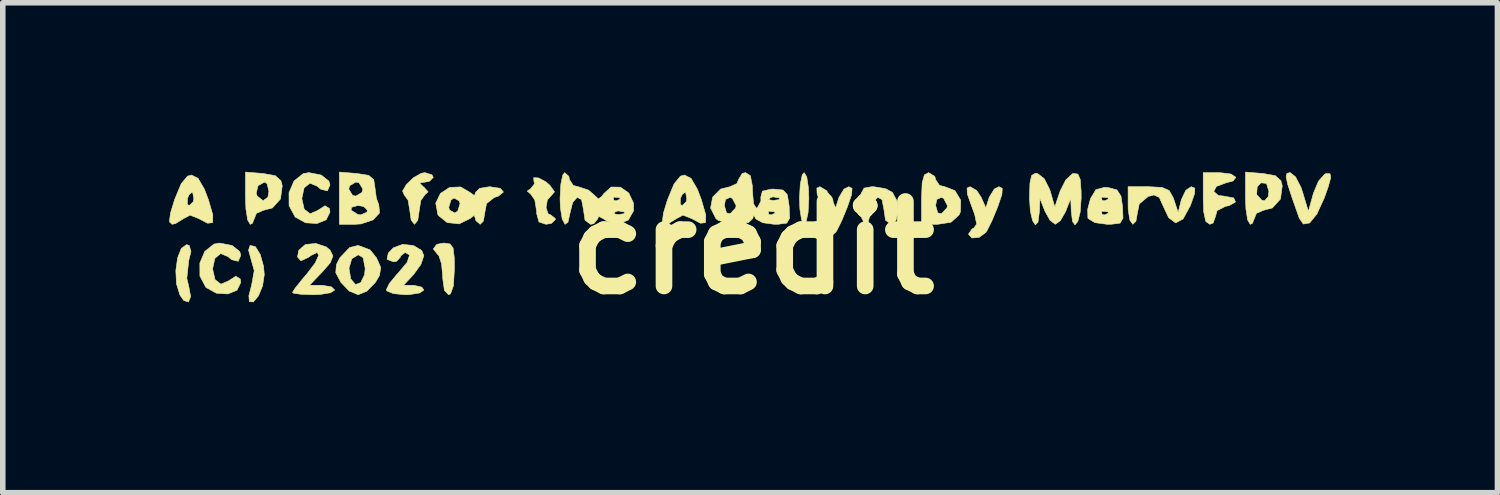
<source format=kicad_pcb>
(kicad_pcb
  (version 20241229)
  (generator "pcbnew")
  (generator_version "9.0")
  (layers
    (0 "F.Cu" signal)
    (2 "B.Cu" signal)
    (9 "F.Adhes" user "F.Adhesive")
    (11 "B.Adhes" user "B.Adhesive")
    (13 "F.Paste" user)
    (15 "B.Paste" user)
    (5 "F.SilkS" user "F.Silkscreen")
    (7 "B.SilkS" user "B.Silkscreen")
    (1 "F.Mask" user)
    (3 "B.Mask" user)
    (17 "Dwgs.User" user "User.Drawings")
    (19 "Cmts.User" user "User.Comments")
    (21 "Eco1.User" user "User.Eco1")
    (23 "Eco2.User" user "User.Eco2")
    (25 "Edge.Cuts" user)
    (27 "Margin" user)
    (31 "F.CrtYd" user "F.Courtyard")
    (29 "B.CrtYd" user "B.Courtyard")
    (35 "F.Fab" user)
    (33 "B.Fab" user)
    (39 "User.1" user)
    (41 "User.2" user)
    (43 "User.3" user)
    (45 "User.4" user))
  (footprint "credit"
    (layer "F.Cu")
    (at 10.521 1.418)
    (property "Reference" "credit" (at 0 0 0) (layer "F.SilkS") (effects (font (size 1.524 1.524) (thickness 0.3))))
    (attr through_hole)
    (fp_poly (pts (xy 0.978 -1.278) (xy 1.008 -1.081) (xy 1.016 -0.889) (xy 1.002 -0.634) (xy 0.966 -0.465) (xy 0.931 -0.423) (xy 0.885 -0.5) (xy 0.854 -0.697) (xy 0.847 -0.889) (xy 0.861 -1.144) (xy 0.896 -1.313) (xy 0.931 -1.355) (xy 0.978 -1.278)) (stroke (width 0.01) (type solid)) (fill yes) (layer "F.SilkS"))
    (fp_poly (pts (xy -10.159 -0.042) (xy -10.127 0.068) (xy -10.167 0.229) (xy -10.202 0.553) (xy -10.168 0.69) (xy -10.133 0.882) (xy -10.172 0.978) (xy -10.257 0.951) (xy -10.325 0.855) (xy -10.389 0.649) (xy -10.4 0.41) (xy -10.368 0.182) (xy -10.301 0.011) (xy -10.207 -0.056) (xy -10.159 -0.042)) (stroke (width 0.01) (type solid)) (fill yes) (layer "F.SilkS"))
    (fp_poly (pts (xy -8.966 -0.021) (xy -8.878 0.121) (xy -8.818 0.335) (xy -8.805 0.486) (xy -8.836 0.689) (xy -8.911 0.869) (xy -9.002 0.977) (xy -9.074 0.973) (xy -9.083 0.866) (xy -9.035 0.681) (xy -9.034 0.678) (xy -8.986 0.413) (xy -9.04 0.221) (xy -9.089 0.043) (xy -9.06 -0.042) (xy -8.966 -0.021)) (stroke (width 0.01) (type solid)) (fill yes) (layer "F.SilkS"))
    (fp_poly (pts (xy -5.457 -0.069) (xy -5.4 0.004) (xy -5.379 0.177) (xy -5.376 0.381) (xy -5.394 0.686) (xy -5.446 0.831) (xy -5.482 0.847) (xy -5.557 0.768) (xy -5.588 0.547) (xy -5.588 0.513) (xy -5.608 0.288) (xy -5.657 0.143) (xy -5.673 0.127) (xy -5.757 0.022) (xy -5.694 -0.062) (xy -5.567 -0.085) (xy -5.457 -0.069)) (stroke (width 0.01) (type solid)) (fill yes) (layer "F.SilkS"))
    (fp_poly (pts (xy 2.396 -1.066) (xy 2.523 -0.999) (xy 2.604 -0.846) (xy 2.624 -0.654) (xy 2.587 -0.491) (xy 2.498 -0.423) (xy 2.398 -0.497) (xy 2.371 -0.684) (xy 2.336 -0.868) (xy 2.257 -0.91) (xy 2.174 -0.816) (xy 2.132 -0.65) (xy 2.086 -0.465) (xy 2.024 -0.432) (xy 1.97 -0.535) (xy 1.947 -0.762) (xy 1.958 -0.979) (xy 2.012 -1.076) (xy 2.144 -1.1) (xy 2.184 -1.101) (xy 2.396 -1.066)) (stroke (width 0.01) (type solid)) (fill yes) (layer "F.SilkS"))
    (fp_poly (pts (xy 8.63 -1.329) (xy 8.717 -1.27) (xy 8.669 -1.206) (xy 8.537 -1.17) (xy 8.366 -1.106) (xy 8.318 -1.015) (xy 8.4 -0.944) (xy 8.502 -0.931) (xy 8.678 -0.898) (xy 8.71 -0.826) (xy 8.593 -0.759) (xy 8.53 -0.747) (xy 8.377 -0.669) (xy 8.351 -0.571) (xy 8.307 -0.447) (xy 8.246 -0.423) (xy 8.173 -0.476) (xy 8.136 -0.651) (xy 8.128 -0.889) (xy 8.128 -1.355) (xy 8.424 -1.355) (xy 8.63 -1.329)) (stroke (width 0.01) (type solid)) (fill yes) (layer "F.SilkS"))
    (fp_poly (pts (xy -5.781 -1.315) (xy -5.757 -1.27) (xy -5.827 -1.198) (xy -5.905 -1.184) (xy -6.004 -1.17) (xy -5.947 -1.108) (xy -5.927 -1.093) (xy -5.85 -1.008) (xy -5.905 -0.96) (xy -5.982 -0.853) (xy -6.011 -0.67) (xy -6.037 -0.495) (xy -6.096 -0.423) (xy -6.156 -0.497) (xy -6.181 -0.67) (xy -6.211 -0.857) (xy -6.279 -0.95) (xy -6.311 -1.021) (xy -6.243 -1.14) (xy -6.115 -1.263) (xy -5.97 -1.344) (xy -5.908 -1.355) (xy -5.781 -1.315)) (stroke (width 0.01) (type solid)) (fill yes) (layer "F.SilkS"))
    (fp_poly (pts (xy 9.792 -1.28) (xy 9.89 -1.091) (xy 9.919 -1.006) (xy 10.024 -0.656) (xy 10.116 -0.984) (xy 10.207 -1.202) (xy 10.319 -1.328) (xy 10.345 -1.337) (xy 10.415 -1.335) (xy 10.428 -1.266) (xy 10.382 -1.098) (xy 10.309 -0.894) (xy 10.177 -0.607) (xy 10.047 -0.447) (xy 9.933 -0.428) (xy 9.862 -0.529) (xy 9.731 -0.899) (xy 9.653 -1.139) (xy 9.623 -1.276) (xy 9.637 -1.339) (xy 9.687 -1.355) (xy 9.695 -1.355) (xy 9.792 -1.28)) (stroke (width 0.01) (type solid)) (fill yes) (layer "F.SilkS"))
    (fp_poly (pts (xy -3.859 -1.259) (xy -3.727 -1.189) (xy -3.657 -1.129) (xy -3.571 -1.009) (xy -3.62 -0.952) (xy -3.7 -0.863) (xy -3.723 -0.722) (xy -3.685 -0.611) (xy -3.641 -0.593) (xy -3.558 -0.528) (xy -3.556 -0.508) (xy -3.627 -0.439) (xy -3.725 -0.423) (xy -3.851 -0.465) (xy -3.893 -0.617) (xy -3.895 -0.67) (xy -3.927 -0.864) (xy -4 -0.967) (xy -4.063 -1.022) (xy -4 -1.066) (xy -3.931 -1.154) (xy -3.941 -1.193) (xy -3.947 -1.264) (xy -3.859 -1.259)) (stroke (width 0.01) (type solid)) (fill yes) (layer "F.SilkS"))
    (fp_poly (pts (xy 1.333 -1.032) (xy 1.414 -0.91) (xy 1.499 -0.72) (xy 1.56 -0.91) (xy 1.649 -1.058) (xy 1.735 -1.101) (xy 1.795 -1.071) (xy 1.787 -0.96) (xy 1.713 -0.741) (xy 1.613 -0.498) (xy 1.523 -0.314) (xy 1.498 -0.275) (xy 1.377 -0.188) (xy 1.248 -0.176) (xy 1.185 -0.244) (xy 1.185 -0.247) (xy 1.252 -0.342) (xy 1.286 -0.358) (xy 1.332 -0.429) (xy 1.297 -0.603) (xy 1.244 -0.746) (xy 1.165 -0.969) (xy 1.16 -1.076) (xy 1.215 -1.101) (xy 1.333 -1.032)) (stroke (width 0.01) (type solid)) (fill yes) (layer "F.SilkS"))
    (fp_poly (pts (xy 4.043 -1.032) (xy 4.123 -0.91) (xy 4.208 -0.72) (xy 4.269 -0.91) (xy 4.359 -1.058) (xy 4.444 -1.101) (xy 4.504 -1.071) (xy 4.497 -0.96) (xy 4.423 -0.741) (xy 4.323 -0.498) (xy 4.232 -0.314) (xy 4.207 -0.275) (xy 4.087 -0.188) (xy 3.957 -0.176) (xy 3.895 -0.244) (xy 3.895 -0.247) (xy 3.961 -0.342) (xy 3.995 -0.358) (xy 4.042 -0.429) (xy 4.006 -0.603) (xy 3.953 -0.746) (xy 3.874 -0.969) (xy 3.869 -1.076) (xy 3.925 -1.101) (xy 4.043 -1.032)) (stroke (width 0.01) (type solid)) (fill yes) (layer "F.SilkS"))
    (fp_poly (pts (xy -9.386 -0.041) (xy -9.248 0.068) (xy -9.229 0.136) (xy -9.275 0.244) (xy -9.394 0.215) (xy -9.458 0.16) (xy -9.591 0.105) (xy -9.696 0.191) (xy -9.737 0.381) (xy -9.693 0.575) (xy -9.587 0.657) (xy -9.458 0.602) (xy -9.318 0.513) (xy -9.238 0.563) (xy -9.229 0.626) (xy -9.297 0.766) (xy -9.463 0.833) (xy -9.668 0.82) (xy -9.853 0.718) (xy -9.858 0.714) (xy -9.966 0.511) (xy -9.967 0.276) (xy -9.877 0.065) (xy -9.713 -0.066) (xy -9.611 -0.085) (xy -9.386 -0.041)) (stroke (width 0.01) (type solid)) (fill yes) (layer "F.SilkS"))
    (fp_poly (pts (xy -7.778 -1.311) (xy -7.64 -1.202) (xy -7.62 -1.134) (xy -7.666 -1.026) (xy -7.785 -1.055) (xy -7.85 -1.11) (xy -7.982 -1.165) (xy -8.087 -1.079) (xy -8.128 -0.889) (xy -8.085 -0.695) (xy -7.978 -0.613) (xy -7.85 -0.668) (xy -7.71 -0.757) (xy -7.629 -0.707) (xy -7.62 -0.644) (xy -7.689 -0.504) (xy -7.855 -0.437) (xy -8.06 -0.45) (xy -8.244 -0.552) (xy -8.249 -0.556) (xy -8.358 -0.759) (xy -8.359 -0.994) (xy -8.268 -1.205) (xy -8.104 -1.336) (xy -8.002 -1.355) (xy -7.778 -1.311)) (stroke (width 0.01) (type solid)) (fill yes) (layer "F.SilkS"))
    (fp_poly (pts (xy -8.826 -1.339) (xy -8.607 -1.3) (xy -8.506 -1.211) (xy -8.481 -1.117) (xy -8.513 -0.879) (xy -8.659 -0.718) (xy -8.816 -0.677) (xy -8.947 -0.621) (xy -8.975 -0.55) (xy -9.02 -0.438) (xy -9.059 -0.423) (xy -9.105 -0.5) (xy -9.136 -0.698) (xy -9.144 -0.894) (xy -9.144 -0.981) (xy -8.951 -0.981) (xy -8.932 -0.931) (xy -8.825 -0.848) (xy -8.74 -0.911) (xy -8.721 -1.016) (xy -8.754 -1.154) (xy -8.8 -1.185) (xy -8.918 -1.118) (xy -8.951 -0.981) (xy -9.144 -0.981) (xy -9.144 -1.365) (xy -8.826 -1.339)) (stroke (width 0.01) (type solid)) (fill yes) (layer "F.SilkS"))
    (fp_poly (pts (xy -6.897 0.038) (xy -6.782 0.181) (xy -6.704 0.357) (xy -6.728 0.501) (xy -6.801 0.625) (xy -6.954 0.783) (xy -7.112 0.847) (xy -7.273 0.781) (xy -7.423 0.625) (xy -7.516 0.45) (xy -7.509 0.368) (xy -7.277 0.368) (xy -7.246 0.562) (xy -7.16 0.663) (xy -7.065 0.629) (xy -6.997 0.487) (xy -6.985 0.374) (xy -7.023 0.178) (xy -7.111 0.127) (xy -7.227 0.198) (xy -7.277 0.368) (xy -7.509 0.368) (xy -7.505 0.306) (xy -7.442 0.181) (xy -7.265 -0.005) (xy -7.112 -0.042) (xy -6.897 0.038)) (stroke (width 0.01) (type solid)) (fill yes) (layer "F.SilkS"))
    (fp_poly (pts (xy 3.287 -1.287) (xy 3.302 -1.228) (xy 3.372 -1.124) (xy 3.468 -1.101) (xy 3.651 -1.03) (xy 3.754 -0.858) (xy 3.749 -0.646) (xy 3.725 -0.593) (xy 3.581 -0.461) (xy 3.341 -0.423) (xy 3.048 -0.423) (xy 3.048 -0.762) (xy 3.302 -0.762) (xy 3.341 -0.628) (xy 3.408 -0.614) (xy 3.506 -0.718) (xy 3.514 -0.762) (xy 3.447 -0.889) (xy 3.408 -0.91) (xy 3.323 -0.871) (xy 3.302 -0.762) (xy 3.048 -0.762) (xy 3.048 -0.889) (xy 3.059 -1.17) (xy 3.099 -1.314) (xy 3.175 -1.355) (xy 3.287 -1.287)) (stroke (width 0.01) (type solid)) (fill yes) (layer "F.SilkS"))
    (fp_poly (pts (xy 9.207 -1.339) (xy 9.427 -1.3) (xy 9.528 -1.211) (xy 9.553 -1.117) (xy 9.521 -0.879) (xy 9.375 -0.718) (xy 9.218 -0.677) (xy 9.087 -0.621) (xy 9.059 -0.55) (xy 9.014 -0.438) (xy 8.975 -0.423) (xy 8.929 -0.5) (xy 8.898 -0.698) (xy 8.89 -0.894) (xy 8.89 -0.961) (xy 9.091 -0.961) (xy 9.184 -0.857) (xy 9.234 -0.847) (xy 9.298 -0.918) (xy 9.313 -1.016) (xy 9.269 -1.16) (xy 9.169 -1.171) (xy 9.102 -1.101) (xy 9.091 -0.961) (xy 8.89 -0.961) (xy 8.89 -1.365) (xy 9.207 -1.339)) (stroke (width 0.01) (type solid)) (fill yes) (layer "F.SilkS"))
    (fp_poly (pts (xy -9.999 -1.252) (xy -9.885 -1.057) (xy -9.813 -0.868) (xy -9.733 -0.592) (xy -9.736 -0.454) (xy -9.827 -0.442) (xy -9.99 -0.527) (xy -10.144 -0.588) (xy -10.259 -0.527) (xy -10.406 -0.436) (xy -10.468 -0.423) (xy -10.516 -0.469) (xy -10.497 -0.623) (xy -10.449 -0.78) (xy -10.192 -0.78) (xy -10.157 -0.762) (xy -10.085 -0.831) (xy -10.075 -0.889) (xy -10.099 -1.007) (xy -10.157 -0.963) (xy -10.191 -0.889) (xy -10.192 -0.78) (xy -10.449 -0.78) (xy -10.422 -0.868) (xy -10.304 -1.153) (xy -10.19 -1.291) (xy -10.118 -1.312) (xy -9.999 -1.252)) (stroke (width 0.01) (type solid)) (fill yes) (layer "F.SilkS"))
    (fp_poly (pts (xy -1.109 -1.252) (xy -0.995 -1.057) (xy -0.923 -0.868) (xy -0.843 -0.592) (xy -0.846 -0.454) (xy -0.937 -0.442) (xy -1.1 -0.527) (xy -1.254 -0.588) (xy -1.369 -0.527) (xy -1.516 -0.436) (xy -1.578 -0.423) (xy -1.626 -0.469) (xy -1.607 -0.623) (xy -1.559 -0.78) (xy -1.302 -0.78) (xy -1.267 -0.762) (xy -1.195 -0.831) (xy -1.185 -0.889) (xy -1.209 -1.007) (xy -1.267 -0.963) (xy -1.301 -0.889) (xy -1.302 -0.78) (xy -1.559 -0.78) (xy -1.532 -0.868) (xy -1.414 -1.153) (xy -1.3 -1.291) (xy -1.228 -1.312) (xy -1.109 -1.252)) (stroke (width 0.01) (type solid)) (fill yes) (layer "F.SilkS"))
    (fp_poly (pts (xy -7.686 -0.014) (xy -7.617 0.045) (xy -7.567 0.15) (xy -7.615 0.271) (xy -7.75 0.426) (xy -7.99 0.677) (xy -7.763 0.677) (xy -7.596 0.704) (xy -7.535 0.762) (xy -7.611 0.812) (xy -7.802 0.843) (xy -7.916 0.847) (xy -8.144 0.839) (xy -8.28 0.819) (xy -8.297 0.807) (xy -8.246 0.726) (xy -8.117 0.565) (xy -8.032 0.466) (xy -7.886 0.273) (xy -7.825 0.137) (xy -7.85 0.084) (xy -7.965 0.141) (xy -8.001 0.169) (xy -8.144 0.236) (xy -8.206 0.165) (xy -8.183 0.046) (xy -8.066 -0.058) (xy -7.876 -0.078) (xy -7.686 -0.014)) (stroke (width 0.01) (type solid)) (fill yes) (layer "F.SilkS"))
    (fp_poly (pts (xy 7.976 -1.076) (xy 7.971 -0.974) (xy 7.896 -0.759) (xy 7.895 -0.759) (xy 7.765 -0.52) (xy 7.631 -0.448) (xy 7.504 -0.543) (xy 7.416 -0.73) (xy 7.336 -0.907) (xy 7.239 -0.952) (xy 7.133 -0.924) (xy 6.974 -0.79) (xy 6.943 -0.638) (xy 6.914 -0.477) (xy 6.858 -0.423) (xy 6.805 -0.498) (xy 6.775 -0.686) (xy 6.773 -0.762) (xy 6.773 -1.101) (xy 7.147 -1.101) (xy 7.387 -1.088) (xy 7.515 -1.031) (xy 7.588 -0.9) (xy 7.599 -0.868) (xy 7.676 -0.636) (xy 7.734 -0.868) (xy 7.814 -1.037) (xy 7.911 -1.101) (xy 7.976 -1.076)) (stroke (width 0.01) (type solid)) (fill yes) (layer "F.SilkS"))
    (fp_poly (pts (xy -6.115 -0.04) (xy -5.966 0.048) (xy -5.927 0.144) (xy -5.982 0.303) (xy -6.111 0.481) (xy -6.295 0.677) (xy -6.111 0.677) (xy -5.965 0.71) (xy -5.927 0.762) (xy -6.002 0.815) (xy -6.189 0.845) (xy -6.265 0.847) (xy -6.477 0.827) (xy -6.595 0.778) (xy -6.604 0.758) (xy -6.549 0.644) (xy -6.414 0.48) (xy -6.392 0.458) (xy -6.228 0.262) (xy -6.185 0.131) (xy -6.265 0.085) (xy -6.348 0.149) (xy -6.35 0.169) (xy -6.419 0.244) (xy -6.477 0.254) (xy -6.591 0.209) (xy -6.569 0.097) (xy -6.478 0.001) (xy -6.309 -0.062) (xy -6.115 -0.04)) (stroke (width 0.01) (type solid)) (fill yes) (layer "F.SilkS"))
    (fp_poly (pts (xy 6.414 -1.085) (xy 6.571 -1.044) (xy 6.645 -0.932) (xy 6.673 -0.741) (xy 6.681 -0.533) (xy 6.628 -0.444) (xy 6.472 -0.424) (xy 6.395 -0.423) (xy 6.174 -0.453) (xy 6.052 -0.527) (xy 6.048 -0.536) (xy 6.045 -0.649) (xy 6.294 -0.649) (xy 6.305 -0.599) (xy 6.35 -0.593) (xy 6.42 -0.624) (xy 6.406 -0.649) (xy 6.306 -0.659) (xy 6.294 -0.649) (xy 6.045 -0.649) (xy 6.044 -0.692) (xy 6.093 -0.88) (xy 6.106 -0.903) (xy 6.294 -0.903) (xy 6.305 -0.853) (xy 6.35 -0.847) (xy 6.42 -0.878) (xy 6.406 -0.903) (xy 6.306 -0.913) (xy 6.294 -0.903) (xy 6.106 -0.903) (xy 6.192 -1.048) (xy 6.349 -1.09) (xy 6.414 -1.085)) (stroke (width 0.01) (type solid)) (fill yes) (layer "F.SilkS"))
    (fp_poly (pts (xy -7.133 -1.339) (xy -6.922 -1.305) (xy -6.831 -1.228) (xy -6.811 -1.099) (xy -6.783 -0.891) (xy -6.74 -0.777) (xy -6.726 -0.628) (xy -6.844 -0.502) (xy -7.061 -0.43) (xy -7.165 -0.423) (xy -7.451 -0.423) (xy -7.451 -0.677) (xy -7.239 -0.677) (xy -7.116 -0.599) (xy -7.065 -0.593) (xy -6.955 -0.64) (xy -6.943 -0.677) (xy -7.014 -0.745) (xy -7.117 -0.762) (xy -7.234 -0.729) (xy -7.239 -0.677) (xy -7.451 -0.677) (xy -7.451 -1.058) (xy -7.281 -1.058) (xy -7.214 -0.946) (xy -7.154 -0.931) (xy -7.042 -0.999) (xy -7.027 -1.058) (xy -7.095 -1.171) (xy -7.154 -1.185) (xy -7.267 -1.118) (xy -7.281 -1.058) (xy -7.451 -1.058) (xy -7.451 -1.365) (xy -7.133 -1.339)) (stroke (width 0.01) (type solid)) (fill yes) (layer "F.SilkS"))
    (fp_poly (pts (xy 5.14 -1.339) (xy 5.261 -1.245) (xy 5.36 -1.049) (xy 5.368 -1.023) (xy 5.451 -0.735) (xy 5.548 -1.024) (xy 5.649 -1.223) (xy 5.769 -1.335) (xy 5.786 -1.34) (xy 5.867 -1.329) (xy 5.91 -1.233) (xy 5.926 -1.016) (xy 5.927 -0.895) (xy 5.909 -0.643) (xy 5.867 -0.475) (xy 5.815 -0.412) (xy 5.77 -0.475) (xy 5.748 -0.656) (xy 5.739 -0.889) (xy 5.647 -0.656) (xy 5.553 -0.49) (xy 5.461 -0.423) (xy 5.366 -0.494) (xy 5.275 -0.656) (xy 5.183 -0.889) (xy 5.174 -0.656) (xy 5.148 -0.462) (xy 5.101 -0.413) (xy 5.05 -0.488) (xy 5.01 -0.665) (xy 4.995 -0.895) (xy 5.003 -1.166) (xy 5.033 -1.303) (xy 5.098 -1.343) (xy 5.14 -1.339)) (stroke (width 0.01) (type solid)) (fill yes) (layer "F.SilkS"))
    (fp_poly (pts (xy -4.549 -1.072) (xy -4.492 -1.005) (xy -4.585 -0.93) (xy -4.657 -0.907) (xy -4.797 -0.797) (xy -4.826 -0.643) (xy -4.854 -0.48) (xy -4.911 -0.423) (xy -4.99 -0.49) (xy -4.995 -0.525) (xy -5.02 -0.584) (xy -5.097 -0.525) (xy -5.289 -0.431) (xy -5.506 -0.454) (xy -5.666 -0.582) (xy -5.673 -0.593) (xy -5.698 -0.726) (xy -5.479 -0.726) (xy -5.461 -0.677) (xy -5.367 -0.627) (xy -5.315 -0.663) (xy -5.274 -0.798) (xy -5.292 -0.847) (xy -5.385 -0.897) (xy -5.438 -0.861) (xy -5.479 -0.726) (xy -5.698 -0.726) (xy -5.713 -0.804) (xy -5.628 -0.98) (xy -5.464 -1.088) (xy -5.264 -1.097) (xy -5.097 -0.999) (xy -5.013 -0.94) (xy -4.995 -0.999) (xy -4.922 -1.071) (xy -4.742 -1.101) (xy -4.741 -1.101) (xy -4.549 -1.072)) (stroke (width 0.01) (type solid)) (fill yes) (layer "F.SilkS"))
    (fp_poly (pts (xy -3.312 -1.286) (xy -3.302 -1.228) (xy -3.232 -1.123) (xy -3.143 -1.101) (xy -2.958 -1.039) (xy -2.874 -0.968) (xy -2.779 -0.88) (xy -2.748 -0.903) (xy -2.512 -0.903) (xy -2.5 -0.853) (xy -2.455 -0.847) (xy -2.386 -0.878) (xy -2.399 -0.903) (xy -2.499 -0.913) (xy -2.512 -0.903) (xy -2.748 -0.903) (xy -2.712 -0.93) (xy -2.69 -0.968) (xy -2.55 -1.095) (xy -2.383 -1.093) (xy -2.233 -0.989) (xy -2.147 -0.807) (xy -2.145 -0.667) (xy -2.24 -0.499) (xy -2.422 -0.429) (xy -2.625 -0.479) (xy -2.672 -0.512) (xy -2.773 -0.567) (xy -2.794 -0.518) (xy -2.862 -0.434) (xy -2.921 -0.423) (xy -3.021 -0.497) (xy -3.038 -0.613) (xy -2.503 -0.613) (xy -2.42 -0.599) (xy -2.31 -0.615) (xy -2.309 -0.644) (xy -2.422 -0.664) (xy -2.471 -0.651) (xy -2.503 -0.613) (xy -3.038 -0.613) (xy -3.048 -0.684) (xy -3.083 -0.868) (xy -3.162 -0.91) (xy -3.244 -0.816) (xy -3.286 -0.65) (xy -3.328 -0.461) (xy -3.381 -0.423) (xy -3.432 -0.516) (xy -3.465 -0.722) (xy -3.471 -0.889) (xy -3.457 -1.144) (xy -3.422 -1.313) (xy -3.387 -1.355) (xy -3.312 -1.286)) (stroke (width 0.01) (type solid)) (fill yes) (layer "F.SilkS"))
    (fp_poly (pts (xy -0.039 -1.3) (xy -0.003 -1.116) (xy 0 -1.011) (xy 0.018 -0.792) (xy 0.069 -0.715) (xy 0.087 -0.721) (xy 0.151 -0.84) (xy 0.151 -0.867) (xy 0.291 -0.867) (xy 0.374 -0.853) (xy 0.484 -0.869) (xy 0.485 -0.898) (xy 0.372 -0.918) (xy 0.323 -0.905) (xy 0.291 -0.867) (xy 0.151 -0.867) (xy 0.15 -0.917) (xy 0.178 -1.021) (xy 0.331 -1.057) (xy 0.381 -1.058) (xy 0.549 -1.041) (xy 0.628 -0.957) (xy 0.66 -0.756) (xy 0.661 -0.741) (xy 0.669 -0.533) (xy 0.617 -0.444) (xy 0.464 -0.424) (xy 0.393 -0.423) (xy 0.185 -0.451) (xy 0.062 -0.518) (xy 0.056 -0.529) (xy 0.018 -0.592) (xy 0.007 -0.529) (xy -0.07 -0.456) (xy -0.245 -0.426) (xy -0.451 -0.439) (xy -0.622 -0.496) (xy -0.66 -0.525) (xy -0.756 -0.717) (xy -0.747 -0.762) (xy -0.508 -0.762) (xy -0.469 -0.628) (xy -0.402 -0.614) (xy -0.369 -0.649) (xy 0.282 -0.649) (xy 0.294 -0.599) (xy 0.339 -0.593) (xy 0.408 -0.624) (xy 0.395 -0.649) (xy 0.295 -0.659) (xy 0.282 -0.649) (xy -0.369 -0.649) (xy -0.304 -0.718) (xy -0.296 -0.762) (xy -0.363 -0.889) (xy -0.402 -0.91) (xy -0.487 -0.871) (xy -0.508 -0.762) (xy -0.747 -0.762) (xy -0.719 -0.914) (xy -0.575 -1.059) (xy -0.406 -1.101) (xy -0.279 -1.159) (xy -0.254 -1.228) (xy -0.186 -1.34) (xy -0.127 -1.355) (xy -0.039 -1.3)) (stroke (width 0.01) (type solid)) (fill yes) (layer "F.SilkS")))
  (gr_rect
    (start -3 -3)
    (end 23.955 5.836)
    (stroke (width 0.1) (type default))
    (fill no)
    (layer "Edge.Cuts")))
</source>
